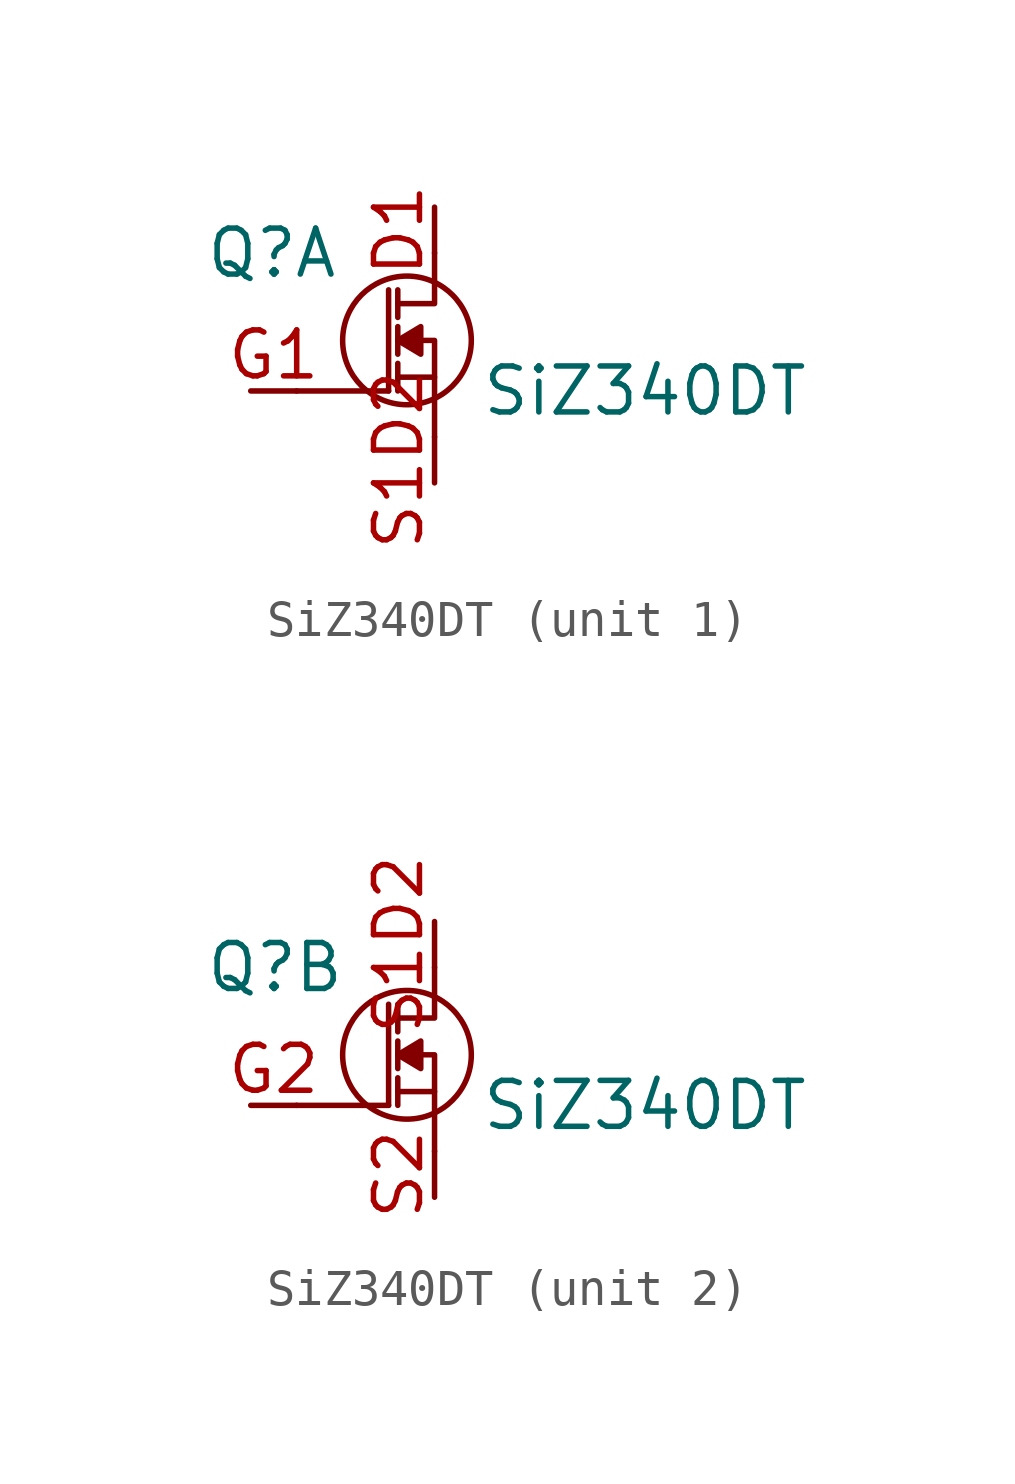
<source format=kicad_sym>
(kicad_symbol_lib
  (version 20211014)
  (generator kicad_symbol_editor)
  (symbol "SiZ340DT"
    (pin_names
      (offset 0.025) hide)
    (property "Reference" "Q"
      (at -6.35 1.27 0)
      (effects (font (size 1.27 1.27)) (justify left)))
    (property "Value" "SiZ340DT"
      (at 1.27 -2.54 0)
      (effects (font (size 1.27 1.27)) (justify left)))
    (property "ki_locked" ""
      (at 0 0 0)
      (effects (font (size 1.27 1.27))))
    (symbol "SiZ340DT_0_1"
      (circle (center -0.762 -1.143) (radius 1.778) (stroke (width 0) (type default) (color 0 0 0 0)) (fill (type none)))
      (polyline (pts (xy -3.81 -2.54) (xy -1.27 -2.54)) (stroke (width 0) (type default) (color 0 0 0 0)) (fill (type none)))
      (polyline (pts (xy -1.27 -2.54) (xy -1.27 0.254)) (stroke (width 0) (type default) (color 0 0 0 0)) (fill (type none)))
      (polyline (pts (xy -1.016 -2.159) (xy 0 -2.159)) (stroke (width 0) (type default) (color 0 0 0 0)) (fill (type none)))
      (polyline (pts (xy -1.016 -1.778) (xy -1.016 -2.54)) (stroke (width 0) (type default) (color 0 0 0 0)) (fill (type none)))
      (polyline (pts (xy -1.016 -0.762) (xy -1.016 -1.524)) (stroke (width 0) (type default) (color 0 0 0 0)) (fill (type none)))
      (polyline (pts (xy -1.016 0.254) (xy -1.016 -0.508)) (stroke (width 0) (type default) (color 0 0 0 0)) (fill (type none)))
      (polyline (pts (xy -1.016 -1.143) (xy 0 -1.143) (xy 0 -3.81)) (stroke (width 0) (type default) (color 0 0 0 0)) (fill (type none)))
      (polyline (pts (xy -1.016 -0.127) (xy 0 -0.127) (xy 0 1.27)) (stroke (width 0) (type default) (color 0 0 0 0)) (fill (type none)))
      (polyline (pts (xy -1.016 -1.143) (xy -0.381 -0.762) (xy -0.381 -1.524) (xy -1.016 -1.143)) (stroke (width 0) (type default) (color 0 0 0 0)) (fill (type outline))))
    (symbol "SiZ340DT_1_1"
      (pin passive line (at 0 2.54 270) (length 1.27) (name "S1D2" (effects (font (size 1.27 1.27)))) (number "D1" (effects (font (size 1.27 1.27)))))
      (pin passive line (at -5.08 -2.54 0) (length 1.27) (name "G1" (effects (font (size 1.27 1.27)))) (number "G1" (effects (font (size 1.27 1.27)))))
      (pin passive line (at 0 -5.08 90) (length 1.27) (name "S1D2" (effects (font (size 1.27 1.27)))) (number "S1D2" (effects (font (size 1.27 1.27))))))
    (symbol "SiZ340DT_2_1"
      (pin passive line (at -5.08 -2.54 0) (length 1.27) (name "G2" (effects (font (size 1.27 1.27)))) (number "G2" (effects (font (size 1.27 1.27)))))
      (pin passive line (at 0 2.54 270) (length 1.27) (name "S1D2" (effects (font (size 1.27 1.27)))) (number "S1D2" (effects (font (size 1.27 1.27)))))
      (pin passive line (at 0 -5.08 90) (length 1.27) (name "S2" (effects (font (size 1.27 1.27)))) (number "S2" (effects (font (size 1.27 1.27))))))))
</source>
